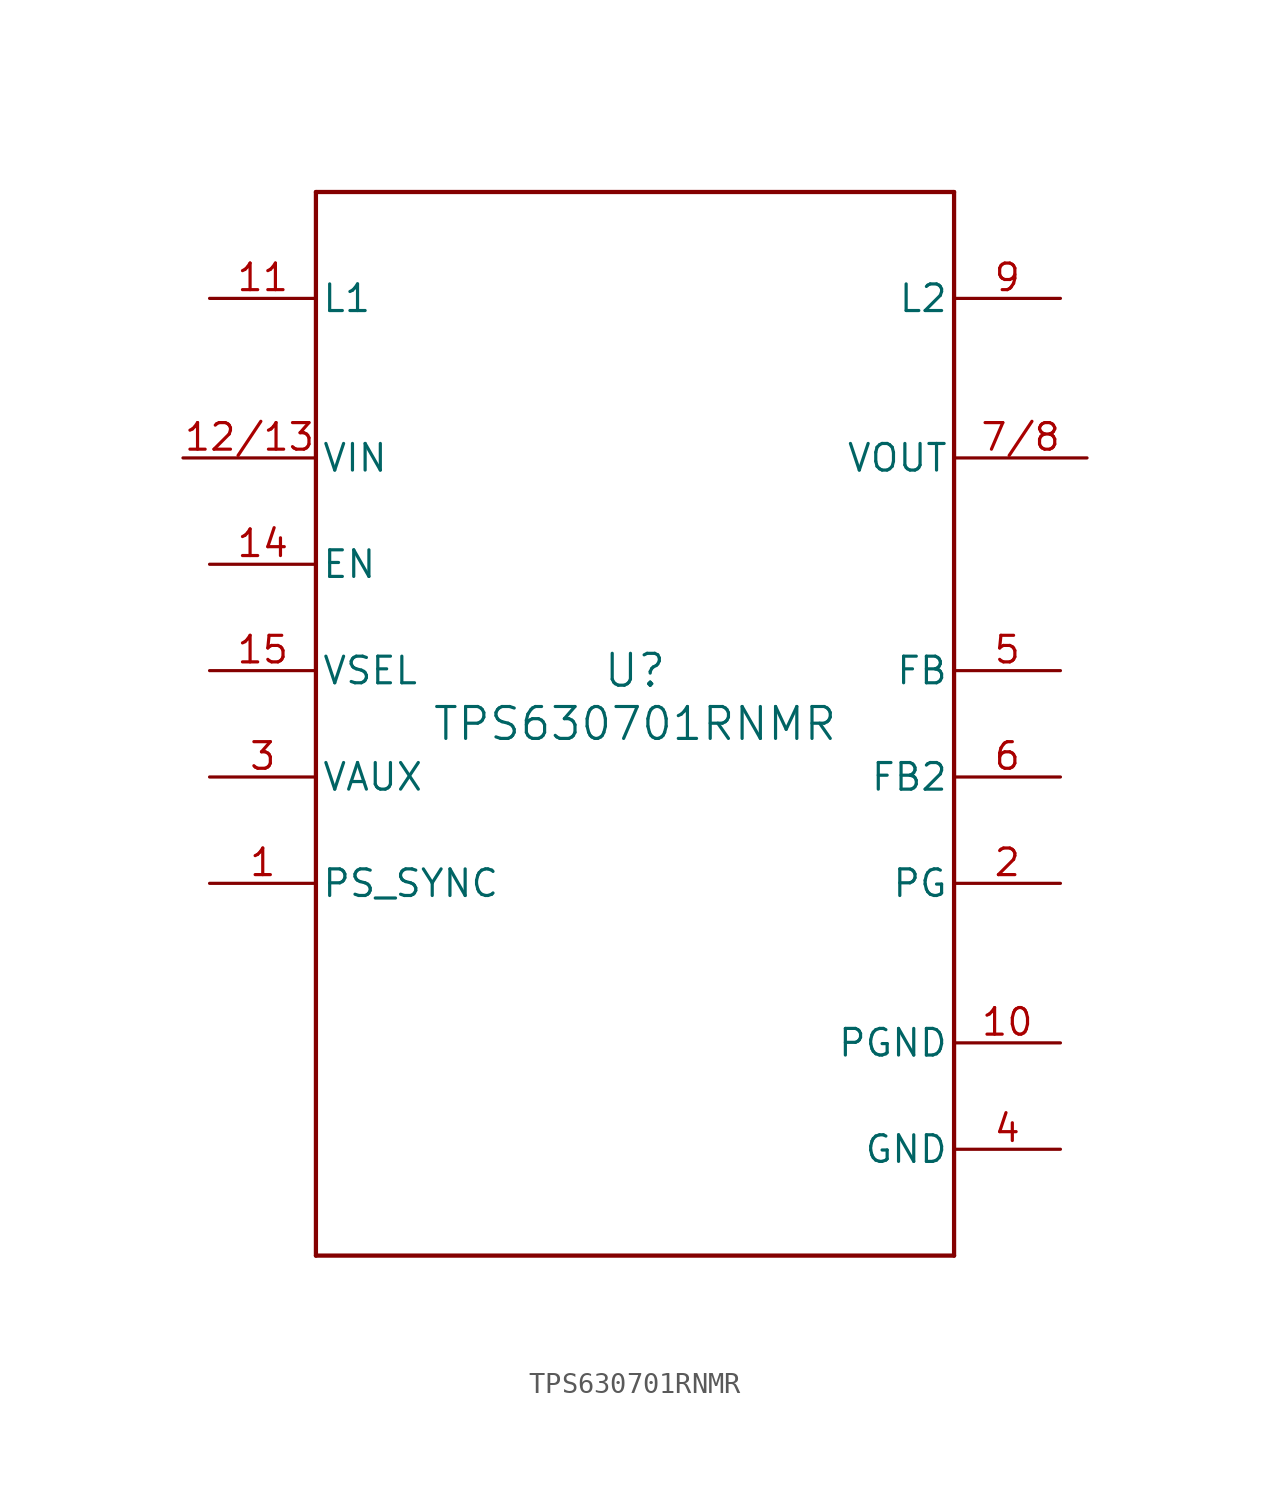
<source format=kicad_sym>
(kicad_symbol_lib
  (version 20241209)
  (generator "kicad_symbol_editor")
  (generator_version "9.0")
  (symbol "TPS630701RNMR"
    (pin_names
      (offset 0.254))
    (property "Reference" "U"
      (at 0 2.54 0)
      (effects (font (size 1.524 1.524))))
    (property "Value" "TPS630701RNMR"
      (at 0 0 0)
      (effects (font (size 1.524 1.524))))
    (symbol "TPS630701RNMR_0_1"
      (polyline (pts (xy -15.24 25.4) (xy -15.24 -25.4)) (stroke (width 0.203) (type default)) (fill (type none)))
      (polyline (pts (xy -15.24 -25.4) (xy 15.24 -25.4)) (stroke (width 0.203) (type default)) (fill (type none)))
      (polyline (pts (xy 15.24 25.4) (xy -15.24 25.4)) (stroke (width 0.203) (type default)) (fill (type none)))
      (polyline (pts (xy 15.24 -25.4) (xy 15.24 25.4)) (stroke (width 0.203) (type default)) (fill (type none)))
      (pin input line (at -20.32 7.62 0) (length 5.08) (name "EN" (effects (font (size 1.27 1.27)))) (number "14" (effects (font (size 1.27 1.27)))))
      (pin input line (at -20.32 2.54 0) (length 5.08) (name "VSEL" (effects (font (size 1.27 1.27)))) (number "15" (effects (font (size 1.27 1.27)))))
      (pin unspecified line (at -20.32 -2.54 0) (length 5.08) (name "VAUX" (effects (font (size 1.27 1.27)))) (number "3" (effects (font (size 1.27 1.27)))))
      (pin input line (at -20.32 -7.62 0) (length 5.08) (name "PS_SYNC" (effects (font (size 1.27 1.27)))) (number "1" (effects (font (size 1.27 1.27)))))
      (pin input line (at 20.32 -2.54 180) (length 5.08) (name "FB2" (effects (font (size 1.27 1.27)))) (number "6" (effects (font (size 1.27 1.27)))))
      (pin open_collector line (at 20.32 -7.62 180) (length 5.08) (name "PG" (effects (font (size 1.27 1.27)))) (number "2" (effects (font (size 1.27 1.27)))))
      (pin power_in line (at 20.32 -15.24 180) (length 5.08) (name "PGND" (effects (font (size 1.27 1.27)))) (number "10" (effects (font (size 1.27 1.27)))))
      (pin power_in line (at 20.32 -20.32 180) (length 5.08) (name "GND" (effects (font (size 1.27 1.27)))) (number "4" (effects (font (size 1.27 1.27))))))
    (symbol "TPS630701RNMR_1_1"
      (pin power_in line (at -21.59 12.7 0) (length 6.35) (name "VIN" (effects (font (size 1.27 1.27)))) (number "12/13" (effects (font (size 1.27 1.27)))))
      (pin passive line (at -20.32 20.32 0) (length 5.08) (name "L1" (effects (font (size 1.27 1.27)))) (number "11" (effects (font (size 1.27 1.27)))))
      (pin passive line (at 20.32 20.32 180) (length 5.08) (name "L2" (effects (font (size 1.27 1.27)))) (number "9" (effects (font (size 1.27 1.27)))))
      (pin input line (at 20.32 2.54 180) (length 5.08) (name "FB" (effects (font (size 1.27 1.27)))) (number "5" (effects (font (size 1.27 1.27)))))
      (pin power_out line (at 21.59 12.7 180) (length 6.35) (name "VOUT" (effects (font (size 1.27 1.27)))) (number "7/8" (effects (font (size 1.27 1.27))))))))
</source>
